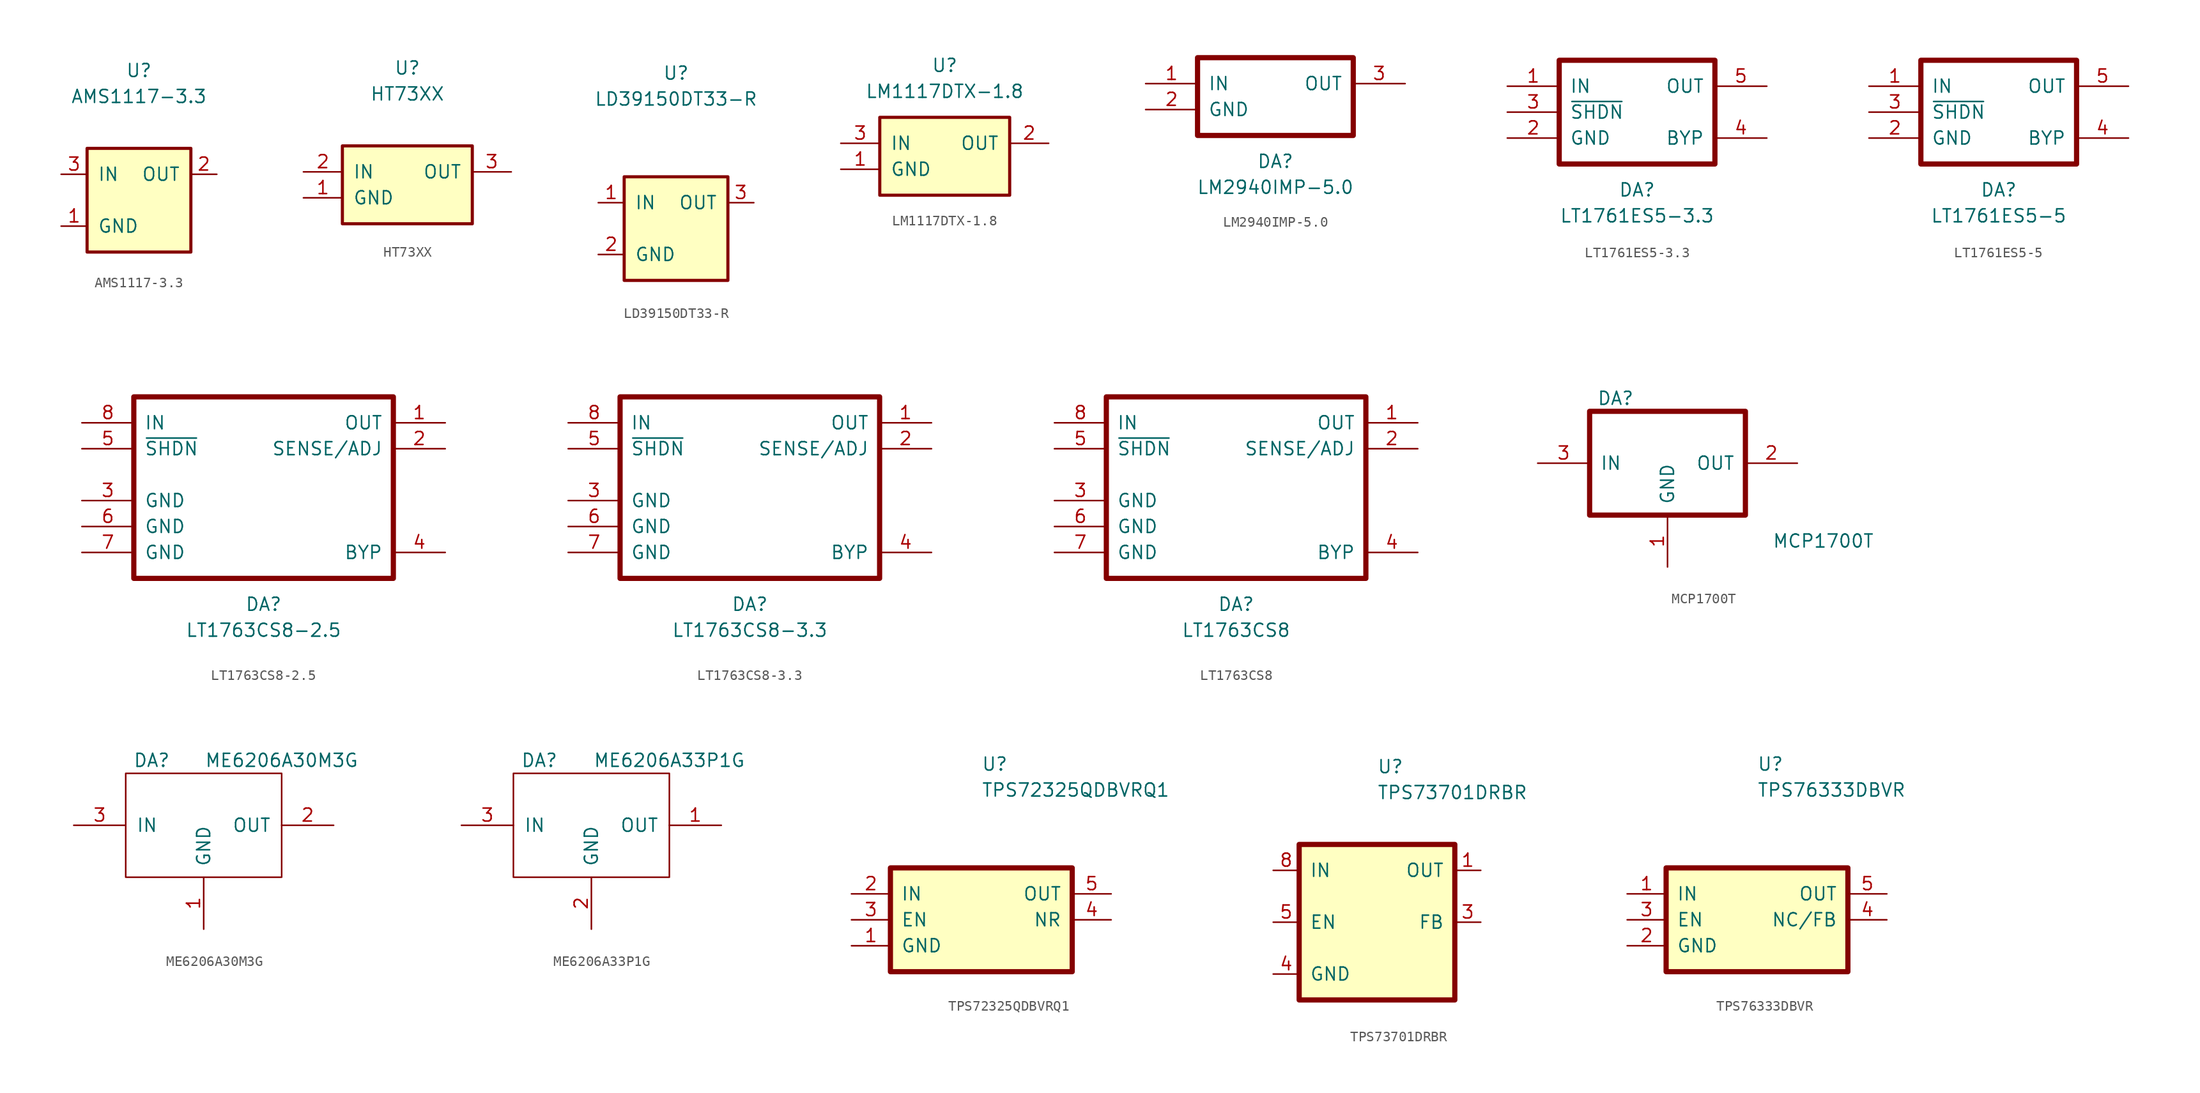
<source format=kicad_sym>
(kicad_symbol_lib
  (version 20211014)
  (generator kicad_symbol_editor)
  (symbol "AMS1117-3.3"
    (pin_names
      (offset 1.016))
    (property "Reference" "U"
      (at 0 12.7 0)
      (effects (font (size 1.27 1.27))))
    (property "Value" "AMS1117-3.3"
      (at 0 10.16 0)
      (effects (font (size 1.27 1.27))))
    (symbol "AMS1117-3.3_0_1"
      (rectangle (start -5.08 5.08) (end 5.08 -5.08) (stroke (width 0.305) (type default) (color 0 0 0 0)) (fill (type background))))
    (symbol "AMS1117-3.3_1_1"
      (pin power_in line (at -7.62 -2.54 0) (length 2.54) (name "GND" (effects (font (size 1.27 1.27)))) (number "1" (effects (font (size 1.27 1.27)))))
      (pin power_out line (at 7.62 2.54 180) (length 2.54) (name "OUT" (effects (font (size 1.27 1.27)))) (number "2" (effects (font (size 1.27 1.27)))))
      (pin power_in line (at -7.62 2.54 0) (length 2.54) (name "IN" (effects (font (size 1.27 1.27)))) (number "3" (effects (font (size 1.27 1.27)))))))
  (symbol "HT73XX"
    (pin_names
      (offset 1.016))
    (property "Reference" "U"
      (at 0 10.16 0)
      (effects (font (size 1.27 1.27))))
    (property "Value" "HT73XX"
      (at 0 7.62 0)
      (effects (font (size 1.27 1.27))))
    (symbol "HT73XX_0_1"
      (rectangle (start -6.35 2.54) (end 6.35 -5.08) (stroke (width 0.305) (type default) (color 0 0 0 0)) (fill (type background))))
    (symbol "HT73XX_1_1"
      (pin power_in line (at -10.16 -2.54 0) (length 3.81) (name "GND" (effects (font (size 1.27 1.27)))) (number "1" (effects (font (size 1.27 1.27)))))
      (pin power_in line (at -10.16 0 0) (length 3.81) (name "IN" (effects (font (size 1.27 1.27)))) (number "2" (effects (font (size 1.27 1.27)))))
      (pin power_out line (at 10.16 0 180) (length 3.81) (name "OUT" (effects (font (size 1.27 1.27)))) (number "3" (effects (font (size 1.27 1.27)))))))
  (symbol "LD39150DT33-R"
    (pin_names
      (offset 1.016))
    (property "Reference" "U"
      (at 0 15.24 0)
      (effects (font (size 1.27 1.27))))
    (property "Value" "LD39150DT33-R"
      (at 0 12.7 0)
      (effects (font (size 1.27 1.27))))
    (symbol "LD39150DT33-R_0_1"
      (rectangle (start -5.08 5.08) (end 5.08 -5.08) (stroke (width 0.305) (type default) (color 0 0 0 0)) (fill (type background))))
    (symbol "LD39150DT33-R_1_1"
      (pin power_in line (at -7.62 2.54 0) (length 2.54) (name "IN" (effects (font (size 1.27 1.27)))) (number "1" (effects (font (size 1.27 1.27)))))
      (pin power_in line (at -7.62 -2.54 0) (length 2.54) (name "GND" (effects (font (size 1.27 1.27)))) (number "2" (effects (font (size 1.27 1.27)))))
      (pin power_out line (at 7.62 2.54 180) (length 2.54) (name "OUT" (effects (font (size 1.27 1.27)))) (number "3" (effects (font (size 1.27 1.27)))))))
  (symbol "LM1117DTX-1.8"
    (pin_names
      (offset 1.016))
    (property "Reference" "U"
      (at 0 7.62 0)
      (effects (font (size 1.27 1.27))))
    (property "Value" "LM1117DTX-1.8"
      (at 0 5.08 0)
      (effects (font (size 1.27 1.27))))
    (symbol "LM1117DTX-1.8_0_1"
      (rectangle (start -6.35 2.54) (end 6.35 -5.08) (stroke (width 0.305) (type default) (color 0 0 0 0)) (fill (type background))))
    (symbol "LM1117DTX-1.8_1_1"
      (pin power_in line (at -10.16 -2.54 0) (length 3.81) (name "GND" (effects (font (size 1.27 1.27)))) (number "1" (effects (font (size 1.27 1.27)))))
      (pin power_out line (at 10.16 0 180) (length 3.81) (name "OUT" (effects (font (size 1.27 1.27)))) (number "2" (effects (font (size 1.27 1.27)))))
      (pin power_in line (at -10.16 0 0) (length 3.81) (name "IN" (effects (font (size 1.27 1.27)))) (number "3" (effects (font (size 1.27 1.27)))))))
  (symbol "LM2940IMP-5.0"
    (pin_names
      (offset 1.016))
    (property "Reference" "DA"
      (at 12.7 -7.62 0)
      (effects (font (size 1.27 1.27))))
    (property "Value" "LM2940IMP-5.0"
      (at 12.7 -10.16 0)
      (effects (font (size 1.27 1.27))))
    (symbol "LM2940IMP-5.0_0_1"
      (rectangle (start 5.08 2.54) (end 20.32 -5.08) (stroke (width 0.508) (type default) (color 0 0 0 0)) (fill (type none))))
    (symbol "LM2940IMP-5.0_1_1"
      (pin power_in line (at 0 0 0) (length 5.08) (name "IN" (effects (font (size 1.27 1.27)))) (number "1" (effects (font (size 1.27 1.27)))))
      (pin power_in line (at 0 -2.54 0) (length 5.08) (name "GND" (effects (font (size 1.27 1.27)))) (number "2" (effects (font (size 1.27 1.27)))))
      (pin power_out line (at 25.4 0 180) (length 5.08) (name "OUT" (effects (font (size 1.27 1.27)))) (number "3" (effects (font (size 1.27 1.27)))))))
  (symbol "LT1761ES5-3.3"
    (pin_names
      (offset 1.016))
    (property "Reference" "DA"
      (at 12.7 -10.16 0)
      (effects (font (size 1.27 1.27))))
    (property "Value" "LT1761ES5-3.3"
      (at 12.7 -12.7 0)
      (effects (font (size 1.27 1.27))))
    (symbol "LT1761ES5-3.3_0_1"
      (rectangle (start 5.08 2.54) (end 20.32 -7.62) (stroke (width 0.508) (type default) (color 0 0 0 0)) (fill (type none))))
    (symbol "LT1761ES5-3.3_1_1"
      (pin power_in line (at 0 0 0) (length 5.08) (name "IN" (effects (font (size 1.27 1.27)))) (number "1" (effects (font (size 1.27 1.27)))))
      (pin power_in line (at 0 -5.08 0) (length 5.08) (name "GND" (effects (font (size 1.27 1.27)))) (number "2" (effects (font (size 1.27 1.27)))))
      (pin input line (at 0 -2.54 0) (length 5.08) (name "~{SHDN}" (effects (font (size 1.27 1.27)))) (number "3" (effects (font (size 1.27 1.27)))))
      (pin input line (at 25.4 -5.08 180) (length 5.08) (name "BYP" (effects (font (size 1.27 1.27)))) (number "4" (effects (font (size 1.27 1.27)))))
      (pin power_out line (at 25.4 0 180) (length 5.08) (name "OUT" (effects (font (size 1.27 1.27)))) (number "5" (effects (font (size 1.27 1.27)))))))
  (symbol "LT1761ES5-5"
    (pin_names
      (offset 1.016))
    (property "Reference" "DA"
      (at 12.7 -10.16 0)
      (effects (font (size 1.27 1.27))))
    (property "Value" "LT1761ES5-5"
      (at 12.7 -12.7 0)
      (effects (font (size 1.27 1.27))))
    (symbol "LT1761ES5-5_0_1"
      (rectangle (start 5.08 2.54) (end 20.32 -7.62) (stroke (width 0.508) (type default) (color 0 0 0 0)) (fill (type none))))
    (symbol "LT1761ES5-5_1_1"
      (pin power_in line (at 0 0 0) (length 5.08) (name "IN" (effects (font (size 1.27 1.27)))) (number "1" (effects (font (size 1.27 1.27)))))
      (pin power_in line (at 0 -5.08 0) (length 5.08) (name "GND" (effects (font (size 1.27 1.27)))) (number "2" (effects (font (size 1.27 1.27)))))
      (pin input line (at 0 -2.54 0) (length 5.08) (name "~{SHDN}" (effects (font (size 1.27 1.27)))) (number "3" (effects (font (size 1.27 1.27)))))
      (pin input line (at 25.4 -5.08 180) (length 5.08) (name "BYP" (effects (font (size 1.27 1.27)))) (number "4" (effects (font (size 1.27 1.27)))))
      (pin power_out line (at 25.4 0 180) (length 5.08) (name "OUT" (effects (font (size 1.27 1.27)))) (number "5" (effects (font (size 1.27 1.27)))))))
  (symbol "LT1763CS8-2.5"
    (pin_names
      (offset 1.016))
    (property "Reference" "DA"
      (at 17.78 -17.78 0)
      (effects (font (size 1.27 1.27))))
    (property "Value" "LT1763CS8-2.5"
      (at 17.78 -20.32 0)
      (effects (font (size 1.27 1.27))))
    (symbol "LT1763CS8-2.5_0_1"
      (rectangle (start 5.08 2.54) (end 30.48 -15.24) (stroke (width 0.508) (type default) (color 0 0 0 0)) (fill (type none))))
    (symbol "LT1763CS8-2.5_1_1"
      (pin power_out line (at 35.56 0 180) (length 5.08) (name "OUT" (effects (font (size 1.27 1.27)))) (number "1" (effects (font (size 1.27 1.27)))))
      (pin input line (at 35.56 -2.54 180) (length 5.08) (name "SENSE/ADJ" (effects (font (size 1.27 1.27)))) (number "2" (effects (font (size 1.27 1.27)))))
      (pin power_in line (at 0 -7.62 0) (length 5.08) (name "GND" (effects (font (size 1.27 1.27)))) (number "3" (effects (font (size 1.27 1.27)))))
      (pin input line (at 35.56 -12.7 180) (length 5.08) (name "BYP" (effects (font (size 1.27 1.27)))) (number "4" (effects (font (size 1.27 1.27)))))
      (pin input line (at 0 -2.54 0) (length 5.08) (name "~{SHDN}" (effects (font (size 1.27 1.27)))) (number "5" (effects (font (size 1.27 1.27)))))
      (pin power_in line (at 0 -10.16 0) (length 5.08) (name "GND" (effects (font (size 1.27 1.27)))) (number "6" (effects (font (size 1.27 1.27)))))
      (pin power_in line (at 0 -12.7 0) (length 5.08) (name "GND" (effects (font (size 1.27 1.27)))) (number "7" (effects (font (size 1.27 1.27)))))
      (pin power_in line (at 0 0 0) (length 5.08) (name "IN" (effects (font (size 1.27 1.27)))) (number "8" (effects (font (size 1.27 1.27)))))))
  (symbol "LT1763CS8-3.3"
    (pin_names
      (offset 1.016))
    (property "Reference" "DA"
      (at 17.78 -17.78 0)
      (effects (font (size 1.27 1.27))))
    (property "Value" "LT1763CS8-3.3"
      (at 17.78 -20.32 0)
      (effects (font (size 1.27 1.27))))
    (symbol "LT1763CS8-3.3_0_1"
      (rectangle (start 5.08 2.54) (end 30.48 -15.24) (stroke (width 0.508) (type default) (color 0 0 0 0)) (fill (type none))))
    (symbol "LT1763CS8-3.3_1_1"
      (pin power_out line (at 35.56 0 180) (length 5.08) (name "OUT" (effects (font (size 1.27 1.27)))) (number "1" (effects (font (size 1.27 1.27)))))
      (pin input line (at 35.56 -2.54 180) (length 5.08) (name "SENSE/ADJ" (effects (font (size 1.27 1.27)))) (number "2" (effects (font (size 1.27 1.27)))))
      (pin power_in line (at 0 -7.62 0) (length 5.08) (name "GND" (effects (font (size 1.27 1.27)))) (number "3" (effects (font (size 1.27 1.27)))))
      (pin input line (at 35.56 -12.7 180) (length 5.08) (name "BYP" (effects (font (size 1.27 1.27)))) (number "4" (effects (font (size 1.27 1.27)))))
      (pin input line (at 0 -2.54 0) (length 5.08) (name "~{SHDN}" (effects (font (size 1.27 1.27)))) (number "5" (effects (font (size 1.27 1.27)))))
      (pin power_in line (at 0 -10.16 0) (length 5.08) (name "GND" (effects (font (size 1.27 1.27)))) (number "6" (effects (font (size 1.27 1.27)))))
      (pin power_in line (at 0 -12.7 0) (length 5.08) (name "GND" (effects (font (size 1.27 1.27)))) (number "7" (effects (font (size 1.27 1.27)))))
      (pin power_in line (at 0 0 0) (length 5.08) (name "IN" (effects (font (size 1.27 1.27)))) (number "8" (effects (font (size 1.27 1.27)))))))
  (symbol "LT1763CS8"
    (pin_names
      (offset 1.016))
    (property "Reference" "DA"
      (at 17.78 -17.78 0)
      (effects (font (size 1.27 1.27))))
    (property "Value" "LT1763CS8"
      (at 17.78 -20.32 0)
      (effects (font (size 1.27 1.27))))
    (symbol "LT1763CS8_0_1"
      (rectangle (start 5.08 2.54) (end 30.48 -15.24) (stroke (width 0.508) (type default) (color 0 0 0 0)) (fill (type none))))
    (symbol "LT1763CS8_1_1"
      (pin power_out line (at 35.56 0 180) (length 5.08) (name "OUT" (effects (font (size 1.27 1.27)))) (number "1" (effects (font (size 1.27 1.27)))))
      (pin input line (at 35.56 -2.54 180) (length 5.08) (name "SENSE/ADJ" (effects (font (size 1.27 1.27)))) (number "2" (effects (font (size 1.27 1.27)))))
      (pin power_in line (at 0 -7.62 0) (length 5.08) (name "GND" (effects (font (size 1.27 1.27)))) (number "3" (effects (font (size 1.27 1.27)))))
      (pin input line (at 35.56 -12.7 180) (length 5.08) (name "BYP" (effects (font (size 1.27 1.27)))) (number "4" (effects (font (size 1.27 1.27)))))
      (pin input line (at 0 -2.54 0) (length 5.08) (name "~{SHDN}" (effects (font (size 1.27 1.27)))) (number "5" (effects (font (size 1.27 1.27)))))
      (pin power_in line (at 0 -10.16 0) (length 5.08) (name "GND" (effects (font (size 1.27 1.27)))) (number "6" (effects (font (size 1.27 1.27)))))
      (pin power_in line (at 0 -12.7 0) (length 5.08) (name "GND" (effects (font (size 1.27 1.27)))) (number "7" (effects (font (size 1.27 1.27)))))
      (pin power_in line (at 0 0 0) (length 5.08) (name "IN" (effects (font (size 1.27 1.27)))) (number "8" (effects (font (size 1.27 1.27)))))))
  (symbol "MCP1700T"
    (pin_names
      (offset 1.016))
    (property "Reference" "DA"
      (at 7.62 6.35 0)
      (effects (font (size 1.27 1.27))))
    (property "Value" "MCP1700T"
      (at 27.94 -7.62 0)
      (effects (font (size 1.27 1.27))))
    (symbol "MCP1700T_0_1"
      (polyline (pts (xy 5.08 5.08) (xy 5.08 -5.08) (xy 20.32 -5.08) (xy 20.32 5.08) (xy 5.08 5.08)) (stroke (width 0.508) (type default) (color 0 0 0 0)) (fill (type none))))
    (symbol "MCP1700T_1_1"
      (pin power_in line (at 12.7 -10.16 90) (length 5.08) (name "GND" (effects (font (size 1.27 1.27)))) (number "1" (effects (font (size 1.27 1.27)))))
      (pin power_out line (at 25.4 0 180) (length 5.08) (name "OUT" (effects (font (size 1.27 1.27)))) (number "2" (effects (font (size 1.27 1.27)))))
      (pin power_in line (at 0 0 0) (length 5.08) (name "IN" (effects (font (size 1.27 1.27)))) (number "3" (effects (font (size 1.27 1.27)))))))
  (symbol "ME6206A30M3G"
    (pin_names
      (offset 1.016))
    (property "Reference" "DA"
      (at 7.62 6.35 0)
      (effects (font (size 1.27 1.27))))
    (property "Value" "ME6206A30M3G"
      (at 20.32 6.35 0)
      (effects (font (size 1.27 1.27))))
    (symbol "ME6206A30M3G_0_1"
      (polyline (pts (xy 5.08 5.08) (xy 5.08 -5.08) (xy 20.32 -5.08) (xy 20.32 5.08) (xy 5.08 5.08)) (stroke (width 0) (type default) (color 0 0 0 0)) (fill (type none))))
    (symbol "ME6206A30M3G_1_1"
      (pin power_in line (at 12.7 -10.16 90) (length 5.08) (name "GND" (effects (font (size 1.27 1.27)))) (number "1" (effects (font (size 1.27 1.27)))))
      (pin power_out line (at 25.4 0 180) (length 5.08) (name "OUT" (effects (font (size 1.27 1.27)))) (number "2" (effects (font (size 1.27 1.27)))))
      (pin power_in line (at 0 0 0) (length 5.08) (name "IN" (effects (font (size 1.27 1.27)))) (number "3" (effects (font (size 1.27 1.27)))))))
  (symbol "ME6206A33P1G"
    (pin_names
      (offset 1.016))
    (property "Reference" "DA"
      (at 7.62 6.35 0)
      (effects (font (size 1.27 1.27))))
    (property "Value" "ME6206A33P1G"
      (at 20.32 6.35 0)
      (effects (font (size 1.27 1.27))))
    (symbol "ME6206A33P1G_0_1"
      (polyline (pts (xy 5.08 5.08) (xy 5.08 -5.08) (xy 20.32 -5.08) (xy 20.32 5.08) (xy 5.08 5.08)) (stroke (width 0) (type default) (color 0 0 0 0)) (fill (type none))))
    (symbol "ME6206A33P1G_1_1"
      (pin power_out line (at 25.4 0 180) (length 5.08) (name "OUT" (effects (font (size 1.27 1.27)))) (number "1" (effects (font (size 1.27 1.27)))))
      (pin power_in line (at 12.7 -10.16 90) (length 5.08) (name "GND" (effects (font (size 1.27 1.27)))) (number "2" (effects (font (size 1.27 1.27)))))
      (pin power_in line (at 0 0 0) (length 5.08) (name "IN" (effects (font (size 1.27 1.27)))) (number "3" (effects (font (size 1.27 1.27)))))))
  (symbol "TPS72325QDBVRQ1"
    (pin_names
      (offset 1.016))
    (property "Reference" "U"
      (at 0 15.24 0)
      (effects (font (size 1.27 1.27)) (justify left)))
    (property "Value" "TPS72325QDBVRQ1"
      (at 0 12.7 0)
      (effects (font (size 1.27 1.27)) (justify left)))
    (symbol "TPS72325QDBVRQ1_0_1"
      (rectangle (start -8.89 5.08) (end 8.89 -5.08) (stroke (width 0.508) (type default) (color 0 0 0 0)) (fill (type background))))
    (symbol "TPS72325QDBVRQ1_1_1"
      (pin power_in line (at -12.7 -2.54 0) (length 3.81) (name "GND" (effects (font (size 1.27 1.27)))) (number "1" (effects (font (size 1.27 1.27)))))
      (pin power_in line (at -12.7 2.54 0) (length 3.81) (name "IN" (effects (font (size 1.27 1.27)))) (number "2" (effects (font (size 1.27 1.27)))))
      (pin input line (at -12.7 0 0) (length 3.81) (name "EN" (effects (font (size 1.27 1.27)))) (number "3" (effects (font (size 1.27 1.27)))))
      (pin input line (at 12.7 0 180) (length 3.81) (name "NR" (effects (font (size 1.27 1.27)))) (number "4" (effects (font (size 1.27 1.27)))))
      (pin power_out line (at 12.7 2.54 180) (length 3.81) (name "OUT" (effects (font (size 1.27 1.27)))) (number "5" (effects (font (size 1.27 1.27)))))))
  (symbol "TPS73701DRBR"
    (pin_names
      (offset 1.016))
    (property "Reference" "U"
      (at 0 15.24 0)
      (effects (font (size 1.27 1.27)) (justify left)))
    (property "Value" "TPS73701DRBR"
      (at 0 12.7 0)
      (effects (font (size 1.27 1.27)) (justify left)))
    (symbol "TPS73701DRBR_0_1"
      (rectangle (start -7.62 7.62) (end 7.62 -7.62) (stroke (width 0.508) (type default) (color 0 0 0 0)) (fill (type background))))
    (symbol "TPS73701DRBR_1_1"
      (pin power_out line (at 10.16 5.08 180) (length 2.54) (name "OUT" (effects (font (size 1.27 1.27)))) (number "1" (effects (font (size 1.27 1.27)))))
      (pin no_connect line (at 7.62 -2.54 180) (length 2.54) hide (name "NC" (effects (font (size 1.27 1.27)))) (number "2" (effects (font (size 1.27 1.27)))))
      (pin input line (at 10.16 0 180) (length 2.54) (name "FB" (effects (font (size 1.27 1.27)))) (number "3" (effects (font (size 1.27 1.27)))))
      (pin power_in line (at -10.16 -5.08 0) (length 2.54) (name "GND" (effects (font (size 1.27 1.27)))) (number "4" (effects (font (size 1.27 1.27)))))
      (pin input line (at -10.16 0 0) (length 2.54) (name "EN" (effects (font (size 1.27 1.27)))) (number "5" (effects (font (size 1.27 1.27)))))
      (pin no_connect line (at 7.62 -5.08 180) (length 2.54) hide (name "NC" (effects (font (size 1.27 1.27)))) (number "6" (effects (font (size 1.27 1.27)))))
      (pin no_connect line (at 7.62 -7.62 180) (length 2.54) hide (name "NC" (effects (font (size 1.27 1.27)))) (number "7" (effects (font (size 1.27 1.27)))))
      (pin power_in line (at -10.16 5.08 0) (length 2.54) (name "IN" (effects (font (size 1.27 1.27)))) (number "8" (effects (font (size 1.27 1.27)))))
      (pin power_in line (at -10.16 -5.08 0) (length 2.54) hide (name "PAD" (effects (font (size 1.27 1.27)))) (number "9" (effects (font (size 1.27 1.27)))))))
  (symbol "TPS76333DBVR"
    (pin_names
      (offset 1.016))
    (property "Reference" "U"
      (at 0 15.24 0)
      (effects (font (size 1.27 1.27)) (justify left)))
    (property "Value" "TPS76333DBVR"
      (at 0 12.7 0)
      (effects (font (size 1.27 1.27)) (justify left)))
    (symbol "TPS76333DBVR_0_1"
      (rectangle (start -8.89 5.08) (end 8.89 -5.08) (stroke (width 0.508) (type default) (color 0 0 0 0)) (fill (type background))))
    (symbol "TPS76333DBVR_1_1"
      (pin power_in line (at -12.7 2.54 0) (length 3.81) (name "IN" (effects (font (size 1.27 1.27)))) (number "1" (effects (font (size 1.27 1.27)))))
      (pin power_in line (at -12.7 -2.54 0) (length 3.81) (name "GND" (effects (font (size 1.27 1.27)))) (number "2" (effects (font (size 1.27 1.27)))))
      (pin input line (at -12.7 0 0) (length 3.81) (name "EN" (effects (font (size 1.27 1.27)))) (number "3" (effects (font (size 1.27 1.27)))))
      (pin input line (at 12.7 0 180) (length 3.81) (name "NC/FB" (effects (font (size 1.27 1.27)))) (number "4" (effects (font (size 1.27 1.27)))))
      (pin power_out line (at 12.7 2.54 180) (length 3.81) (name "OUT" (effects (font (size 1.27 1.27)))) (number "5" (effects (font (size 1.27 1.27))))))))
</source>
